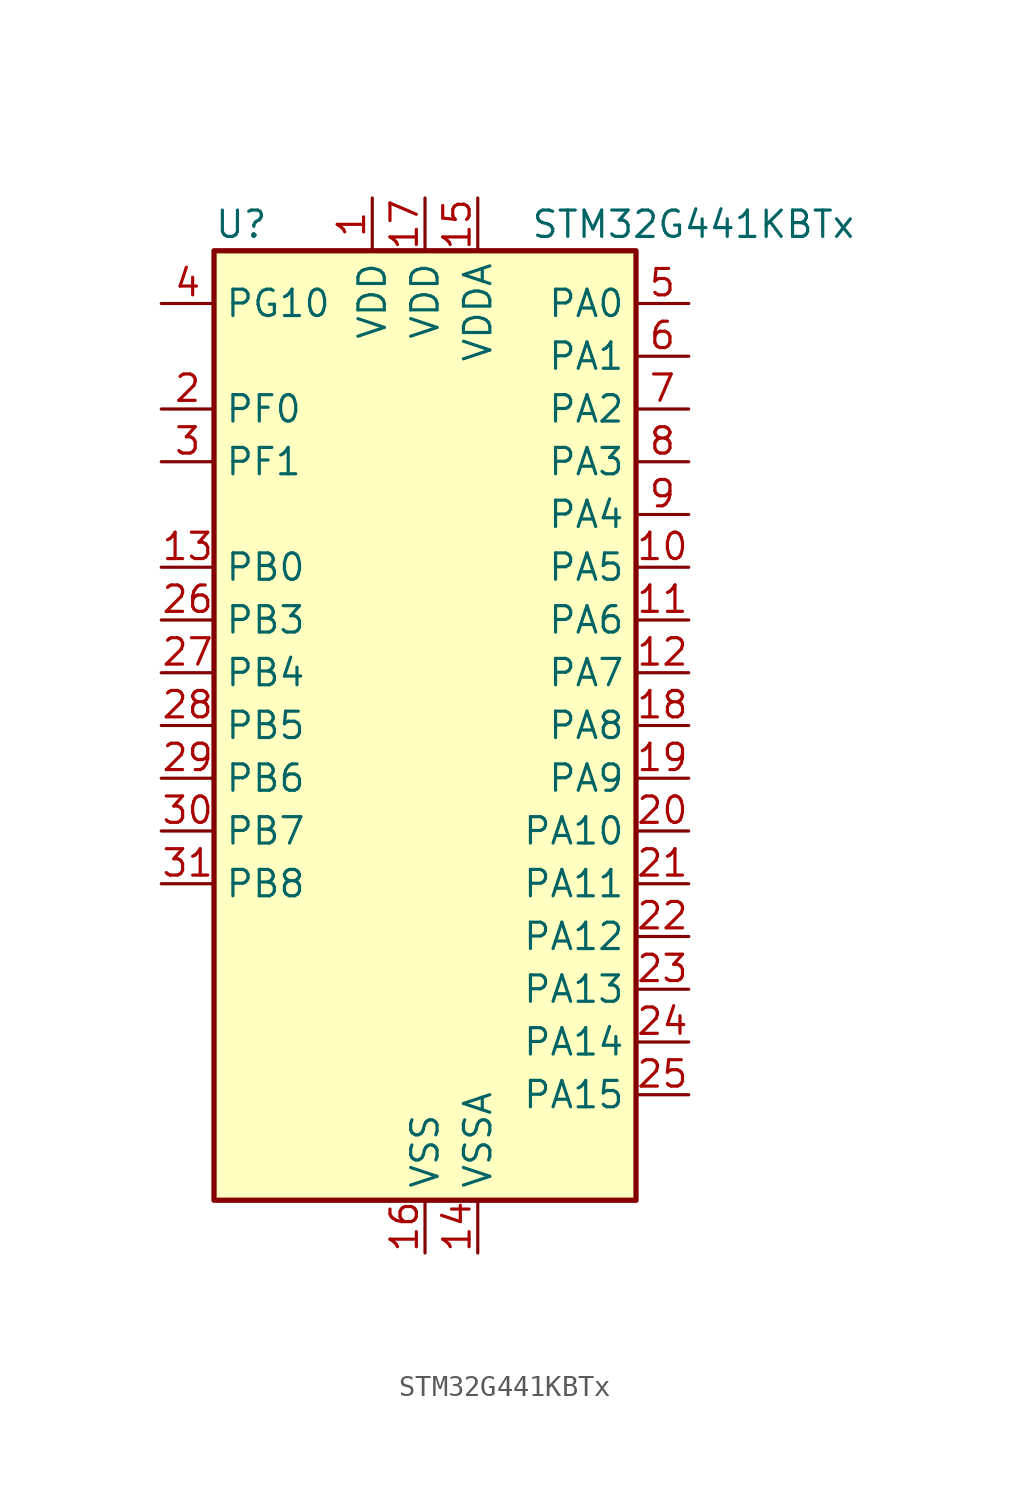
<source format=kicad_sym>
(kicad_symbol_lib
  (version 20220914)
  (generator kicad_symbol_editor)
  (symbol "STM32G441KBTx"
    (property "Reference" "U"
      (at -10.16 24.13 0)
      (effects (font (size 1.27 1.27)) (justify left)))
    (property "Value" "STM32G441KBTx"
      (at 5.08 24.13 0)
      (effects (font (size 1.27 1.27)) (justify left)))
    (property "ki_locked" ""
      (at 0 0 0)
      (effects (font (size 1.27 1.27))))
    (symbol "STM32G441KBTx_0_1"
      (rectangle (start -10.16 -22.86) (end 10.16 22.86) (stroke (width 0.254) (type default)) (fill (type background))))
    (symbol "STM32G441KBTx_1_1"
      (pin power_in line (at -2.54 25.4 270) (length 2.54) (name "VDD" (effects (font (size 1.27 1.27)))) (number "1" (effects (font (size 1.27 1.27)))))
      (pin bidirectional line (at 12.7 7.62 180) (length 2.54) (name "PA5" (effects (font (size 1.27 1.27)))) (number "10" (effects (font (size 1.27 1.27)))) (alternate "ADC2_IN13" bidirectional line) (alternate "COMP2_INM" bidirectional line) (alternate "DAC1_OUT2" bidirectional line) (alternate "OPAMP2_VINM" bidirectional line) (alternate "OPAMP2_VINM0" bidirectional line) (alternate "OPAMP2_VINM_SEC" bidirectional line) (alternate "SPI1_SCK" bidirectional line) (alternate "TIM2_CH1" bidirectional line) (alternate "TIM2_ETR" bidirectional line) (alternate "UCPD1_FRSTX1" bidirectional line) (alternate "UCPD1_FRSTX2" bidirectional line))
      (pin bidirectional line (at 12.7 5.08 180) (length 2.54) (name "PA6" (effects (font (size 1.27 1.27)))) (number "11" (effects (font (size 1.27 1.27)))) (alternate "ADC2_IN3" bidirectional line) (alternate "COMP1_OUT" bidirectional line) (alternate "LPUART1_CTS" bidirectional line) (alternate "OPAMP2_VOUT" bidirectional line) (alternate "SPI1_MISO" bidirectional line) (alternate "TIM16_CH1" bidirectional line) (alternate "TIM1_BKIN" bidirectional line) (alternate "TIM3_CH1" bidirectional line) (alternate "TIM8_BKIN" bidirectional line))
      (pin bidirectional line (at 12.7 2.54 180) (length 2.54) (name "PA7" (effects (font (size 1.27 1.27)))) (number "12" (effects (font (size 1.27 1.27)))) (alternate "ADC2_IN4" bidirectional line) (alternate "COMP2_INP" bidirectional line) (alternate "COMP2_OUT" bidirectional line) (alternate "OPAMP1_VINP" bidirectional line) (alternate "OPAMP1_VINP_SEC" bidirectional line) (alternate "OPAMP2_VINP" bidirectional line) (alternate "OPAMP2_VINP_SEC" bidirectional line) (alternate "SPI1_MOSI" bidirectional line) (alternate "TIM17_CH1" bidirectional line) (alternate "TIM1_CH1N" bidirectional line) (alternate "TIM3_CH2" bidirectional line) (alternate "TIM8_CH1N" bidirectional line) (alternate "UCPD1_FRSTX1" bidirectional line) (alternate "UCPD1_FRSTX2" bidirectional line))
      (pin bidirectional line (at -12.7 7.62 0) (length 2.54) (name "PB0" (effects (font (size 1.27 1.27)))) (number "13" (effects (font (size 1.27 1.27)))) (alternate "ADC1_IN15" bidirectional line) (alternate "COMP4_INP" bidirectional line) (alternate "OPAMP2_VINP" bidirectional line) (alternate "OPAMP2_VINP_SEC" bidirectional line) (alternate "OPAMP3_VINP" bidirectional line) (alternate "OPAMP3_VINP_SEC" bidirectional line) (alternate "TIM1_CH2N" bidirectional line) (alternate "TIM3_CH3" bidirectional line) (alternate "TIM8_CH2N" bidirectional line) (alternate "UCPD1_FRSTX1" bidirectional line) (alternate "UCPD1_FRSTX2" bidirectional line))
      (pin power_in line (at 2.54 -25.4 90) (length 2.54) (name "VSSA" (effects (font (size 1.27 1.27)))) (number "14" (effects (font (size 1.27 1.27)))))
      (pin power_in line (at 2.54 25.4 270) (length 2.54) (name "VDDA" (effects (font (size 1.27 1.27)))) (number "15" (effects (font (size 1.27 1.27)))))
      (pin power_in line (at 0 -25.4 90) (length 2.54) (name "VSS" (effects (font (size 1.27 1.27)))) (number "16" (effects (font (size 1.27 1.27)))))
      (pin power_in line (at 0 25.4 270) (length 2.54) (name "VDD" (effects (font (size 1.27 1.27)))) (number "17" (effects (font (size 1.27 1.27)))))
      (pin bidirectional line (at 12.7 0 180) (length 2.54) (name "PA8" (effects (font (size 1.27 1.27)))) (number "18" (effects (font (size 1.27 1.27)))) (alternate "I2C2_SDA" bidirectional line) (alternate "I2C3_SCL" bidirectional line) (alternate "I2S2_MCK" bidirectional line) (alternate "RCC_MCO" bidirectional line) (alternate "SAI1_CK2" bidirectional line) (alternate "SAI1_SCK_A" bidirectional line) (alternate "TIM1_CH1" bidirectional line) (alternate "TIM4_ETR" bidirectional line) (alternate "USART1_CK" bidirectional line))
      (pin bidirectional line (at 12.7 -2.54 180) (length 2.54) (name "PA9" (effects (font (size 1.27 1.27)))) (number "19" (effects (font (size 1.27 1.27)))) (alternate "DAC1_EXTI9" bidirectional line) (alternate "DAC3_EXTI9" bidirectional line) (alternate "I2C2_SCL" bidirectional line) (alternate "I2C3_SMBA" bidirectional line) (alternate "I2S3_MCK" bidirectional line) (alternate "SAI1_FS_A" bidirectional line) (alternate "TIM15_BKIN" bidirectional line) (alternate "TIM1_CH2" bidirectional line) (alternate "TIM2_CH3" bidirectional line) (alternate "UCPD1_DBCC1" bidirectional line) (alternate "USART1_TX" bidirectional line))
      (pin bidirectional line (at -12.7 15.24 0) (length 2.54) (name "PF0" (effects (font (size 1.27 1.27)))) (number "2" (effects (font (size 1.27 1.27)))) (alternate "ADC1_IN10" bidirectional line) (alternate "I2C2_SDA" bidirectional line) (alternate "I2S2_WS" bidirectional line) (alternate "RCC_OSC_IN" bidirectional line) (alternate "SPI2_NSS" bidirectional line) (alternate "TIM1_CH3N" bidirectional line))
      (pin bidirectional line (at 12.7 -5.08 180) (length 2.54) (name "PA10" (effects (font (size 1.27 1.27)))) (number "20" (effects (font (size 1.27 1.27)))) (alternate "CRS_SYNC" bidirectional line) (alternate "DAC1_EXTI10" bidirectional line) (alternate "DAC3_EXTI10" bidirectional line) (alternate "I2C2_SMBA" bidirectional line) (alternate "SAI1_D1" bidirectional line) (alternate "SAI1_SD_A" bidirectional line) (alternate "SPI2_MISO" bidirectional line) (alternate "TIM17_BKIN" bidirectional line) (alternate "TIM1_CH3" bidirectional line) (alternate "TIM2_CH4" bidirectional line) (alternate "TIM8_BKIN" bidirectional line) (alternate "UCPD1_DBCC2" bidirectional line) (alternate "USART1_RX" bidirectional line))
      (pin bidirectional line (at 12.7 -7.62 180) (length 2.54) (name "PA11" (effects (font (size 1.27 1.27)))) (number "21" (effects (font (size 1.27 1.27)))) (alternate "ADC1_EXTI11" bidirectional line) (alternate "ADC2_EXTI11" bidirectional line) (alternate "COMP1_OUT" bidirectional line) (alternate "FDCAN1_RX" bidirectional line) (alternate "I2S2_SD" bidirectional line) (alternate "SPI2_MOSI" bidirectional line) (alternate "TIM1_BKIN2" bidirectional line) (alternate "TIM1_CH1N" bidirectional line) (alternate "TIM1_CH4" bidirectional line) (alternate "TIM4_CH1" bidirectional line) (alternate "USART1_CTS" bidirectional line) (alternate "USART1_NSS" bidirectional line) (alternate "USB_DM" bidirectional line))
      (pin bidirectional line (at 12.7 -10.16 180) (length 2.54) (name "PA12" (effects (font (size 1.27 1.27)))) (number "22" (effects (font (size 1.27 1.27)))) (alternate "COMP2_OUT" bidirectional line) (alternate "FDCAN1_TX" bidirectional line) (alternate "I2S_CKIN" bidirectional line) (alternate "TIM16_CH1" bidirectional line) (alternate "TIM1_CH2N" bidirectional line) (alternate "TIM1_ETR" bidirectional line) (alternate "TIM4_CH2" bidirectional line) (alternate "USART1_DE" bidirectional line) (alternate "USART1_RTS" bidirectional line) (alternate "USB_DP" bidirectional line))
      (pin bidirectional line (at 12.7 -12.7 180) (length 2.54) (name "PA13" (effects (font (size 1.27 1.27)))) (number "23" (effects (font (size 1.27 1.27)))) (alternate "I2C1_SCL" bidirectional line) (alternate "IR_OUT" bidirectional line) (alternate "SAI1_SD_B" bidirectional line) (alternate "SYS_JTMS-SWDIO" bidirectional line) (alternate "TIM16_CH1N" bidirectional line) (alternate "TIM4_CH3" bidirectional line))
      (pin bidirectional line (at 12.7 -15.24 180) (length 2.54) (name "PA14" (effects (font (size 1.27 1.27)))) (number "24" (effects (font (size 1.27 1.27)))) (alternate "I2C1_SDA" bidirectional line) (alternate "LPTIM1_OUT" bidirectional line) (alternate "SAI1_FS_B" bidirectional line) (alternate "SYS_JTCK-SWCLK" bidirectional line) (alternate "TIM1_BKIN" bidirectional line) (alternate "TIM8_CH2" bidirectional line) (alternate "USART2_TX" bidirectional line))
      (pin bidirectional line (at 12.7 -17.78 180) (length 2.54) (name "PA15" (effects (font (size 1.27 1.27)))) (number "25" (effects (font (size 1.27 1.27)))) (alternate "ADC1_EXTI15" bidirectional line) (alternate "ADC2_EXTI15" bidirectional line) (alternate "I2C1_SCL" bidirectional line) (alternate "I2S3_WS" bidirectional line) (alternate "SPI1_NSS" bidirectional line) (alternate "SPI3_NSS" bidirectional line) (alternate "SYS_JTDI" bidirectional line) (alternate "TIM1_BKIN" bidirectional line) (alternate "TIM2_CH1" bidirectional line) (alternate "TIM2_ETR" bidirectional line) (alternate "TIM8_CH1" bidirectional line) (alternate "USART2_RX" bidirectional line))
      (pin bidirectional line (at -12.7 5.08 0) (length 2.54) (name "PB3" (effects (font (size 1.27 1.27)))) (number "26" (effects (font (size 1.27 1.27)))) (alternate "CRS_SYNC" bidirectional line) (alternate "I2S3_CK" bidirectional line) (alternate "SAI1_SCK_B" bidirectional line) (alternate "SPI1_SCK" bidirectional line) (alternate "SPI3_SCK" bidirectional line) (alternate "SYS_JTDO-SWO" bidirectional line) (alternate "TIM2_CH2" bidirectional line) (alternate "TIM3_ETR" bidirectional line) (alternate "TIM4_ETR" bidirectional line) (alternate "TIM8_CH1N" bidirectional line) (alternate "USART2_TX" bidirectional line))
      (pin bidirectional line (at -12.7 2.54 0) (length 2.54) (name "PB4" (effects (font (size 1.27 1.27)))) (number "27" (effects (font (size 1.27 1.27)))) (alternate "SAI1_MCLK_B" bidirectional line) (alternate "SPI1_MISO" bidirectional line) (alternate "SPI3_MISO" bidirectional line) (alternate "SYS_JTRST" bidirectional line) (alternate "TIM16_CH1" bidirectional line) (alternate "TIM17_BKIN" bidirectional line) (alternate "TIM3_CH1" bidirectional line) (alternate "TIM8_CH2N" bidirectional line) (alternate "UCPD1_CC2" bidirectional line) (alternate "USART2_RX" bidirectional line))
      (pin bidirectional line (at -12.7 0 0) (length 2.54) (name "PB5" (effects (font (size 1.27 1.27)))) (number "28" (effects (font (size 1.27 1.27)))) (alternate "I2C1_SMBA" bidirectional line) (alternate "I2C3_SDA" bidirectional line) (alternate "I2S3_SD" bidirectional line) (alternate "LPTIM1_IN1" bidirectional line) (alternate "SAI1_SD_B" bidirectional line) (alternate "SPI1_MOSI" bidirectional line) (alternate "SPI3_MOSI" bidirectional line) (alternate "TIM16_BKIN" bidirectional line) (alternate "TIM17_CH1" bidirectional line) (alternate "TIM3_CH2" bidirectional line) (alternate "TIM8_CH3N" bidirectional line) (alternate "USART2_CK" bidirectional line))
      (pin bidirectional line (at -12.7 -2.54 0) (length 2.54) (name "PB6" (effects (font (size 1.27 1.27)))) (number "29" (effects (font (size 1.27 1.27)))) (alternate "COMP4_OUT" bidirectional line) (alternate "LPTIM1_ETR" bidirectional line) (alternate "SAI1_FS_B" bidirectional line) (alternate "TIM16_CH1N" bidirectional line) (alternate "TIM4_CH1" bidirectional line) (alternate "TIM8_BKIN2" bidirectional line) (alternate "TIM8_CH1" bidirectional line) (alternate "TIM8_ETR" bidirectional line) (alternate "UCPD1_CC1" bidirectional line) (alternate "USART1_TX" bidirectional line))
      (pin bidirectional line (at -12.7 12.7 0) (length 2.54) (name "PF1" (effects (font (size 1.27 1.27)))) (number "3" (effects (font (size 1.27 1.27)))) (alternate "ADC2_IN10" bidirectional line) (alternate "COMP3_INM" bidirectional line) (alternate "I2S2_CK" bidirectional line) (alternate "RCC_OSC_OUT" bidirectional line) (alternate "SPI2_SCK" bidirectional line))
      (pin bidirectional line (at -12.7 -5.08 0) (length 2.54) (name "PB7" (effects (font (size 1.27 1.27)))) (number "30" (effects (font (size 1.27 1.27)))) (alternate "COMP3_OUT" bidirectional line) (alternate "I2C1_SDA" bidirectional line) (alternate "LPTIM1_IN2" bidirectional line) (alternate "SYS_PVD_IN" bidirectional line) (alternate "TIM17_CH1N" bidirectional line) (alternate "TIM3_CH4" bidirectional line) (alternate "TIM4_CH2" bidirectional line) (alternate "TIM8_BKIN" bidirectional line) (alternate "USART1_RX" bidirectional line))
      (pin bidirectional line (at -12.7 -7.62 0) (length 2.54) (name "PB8" (effects (font (size 1.27 1.27)))) (number "31" (effects (font (size 1.27 1.27)))) (alternate "COMP1_OUT" bidirectional line) (alternate "FDCAN1_RX" bidirectional line) (alternate "I2C1_SCL" bidirectional line) (alternate "SAI1_CK1" bidirectional line) (alternate "SAI1_MCLK_A" bidirectional line) (alternate "TIM16_CH1" bidirectional line) (alternate "TIM1_BKIN" bidirectional line) (alternate "TIM4_CH3" bidirectional line) (alternate "TIM8_CH2" bidirectional line))
      (pin passive line (at 0 -25.4 90) (length 2.54) hide (name "VSS" (effects (font (size 1.27 1.27)))) (number "32" (effects (font (size 1.27 1.27)))))
      (pin bidirectional line (at -12.7 20.32 0) (length 2.54) (name "PG10" (effects (font (size 1.27 1.27)))) (number "4" (effects (font (size 1.27 1.27)))) (alternate "DAC1_EXTI10" bidirectional line) (alternate "DAC3_EXTI10" bidirectional line) (alternate "RCC_MCO" bidirectional line))
      (pin bidirectional line (at 12.7 20.32 180) (length 2.54) (name "PA0" (effects (font (size 1.27 1.27)))) (number "5" (effects (font (size 1.27 1.27)))) (alternate "ADC1_IN1" bidirectional line) (alternate "ADC2_IN1" bidirectional line) (alternate "COMP1_INM" bidirectional line) (alternate "COMP1_OUT" bidirectional line) (alternate "COMP3_INP" bidirectional line) (alternate "RTC_TAMP2" bidirectional line) (alternate "SYS_WKUP1" bidirectional line) (alternate "TIM2_CH1" bidirectional line) (alternate "TIM2_ETR" bidirectional line) (alternate "TIM8_BKIN" bidirectional line) (alternate "TIM8_ETR" bidirectional line) (alternate "USART2_CTS" bidirectional line) (alternate "USART2_NSS" bidirectional line))
      (pin bidirectional line (at 12.7 17.78 180) (length 2.54) (name "PA1" (effects (font (size 1.27 1.27)))) (number "6" (effects (font (size 1.27 1.27)))) (alternate "ADC1_IN2" bidirectional line) (alternate "ADC2_IN2" bidirectional line) (alternate "COMP1_INP" bidirectional line) (alternate "OPAMP1_VINP" bidirectional line) (alternate "OPAMP1_VINP_SEC" bidirectional line) (alternate "OPAMP3_VINP" bidirectional line) (alternate "OPAMP3_VINP_SEC" bidirectional line) (alternate "RTC_REFIN" bidirectional line) (alternate "TIM15_CH1N" bidirectional line) (alternate "TIM2_CH2" bidirectional line) (alternate "USART2_DE" bidirectional line) (alternate "USART2_RTS" bidirectional line))
      (pin bidirectional line (at 12.7 15.24 180) (length 2.54) (name "PA2" (effects (font (size 1.27 1.27)))) (number "7" (effects (font (size 1.27 1.27)))) (alternate "ADC1_IN3" bidirectional line) (alternate "COMP2_INM" bidirectional line) (alternate "COMP2_OUT" bidirectional line) (alternate "LPUART1_TX" bidirectional line) (alternate "OPAMP1_VOUT" bidirectional line) (alternate "RCC_LSCO" bidirectional line) (alternate "SYS_WKUP4" bidirectional line) (alternate "TIM15_CH1" bidirectional line) (alternate "TIM2_CH3" bidirectional line) (alternate "UCPD1_FRSTX1" bidirectional line) (alternate "UCPD1_FRSTX2" bidirectional line) (alternate "USART2_TX" bidirectional line))
      (pin bidirectional line (at 12.7 12.7 180) (length 2.54) (name "PA3" (effects (font (size 1.27 1.27)))) (number "8" (effects (font (size 1.27 1.27)))) (alternate "ADC1_IN4" bidirectional line) (alternate "COMP2_INP" bidirectional line) (alternate "LPUART1_RX" bidirectional line) (alternate "OPAMP1_VINM" bidirectional line) (alternate "OPAMP1_VINM0" bidirectional line) (alternate "OPAMP1_VINM_SEC" bidirectional line) (alternate "OPAMP1_VINP" bidirectional line) (alternate "OPAMP1_VINP_SEC" bidirectional line) (alternate "SAI1_CK1" bidirectional line) (alternate "SAI1_MCLK_A" bidirectional line) (alternate "TIM15_CH2" bidirectional line) (alternate "TIM2_CH4" bidirectional line) (alternate "USART2_RX" bidirectional line))
      (pin bidirectional line (at 12.7 10.16 180) (length 2.54) (name "PA4" (effects (font (size 1.27 1.27)))) (number "9" (effects (font (size 1.27 1.27)))) (alternate "ADC2_IN17" bidirectional line) (alternate "COMP1_INM" bidirectional line) (alternate "DAC1_OUT1" bidirectional line) (alternate "I2S3_WS" bidirectional line) (alternate "SAI1_FS_B" bidirectional line) (alternate "SPI1_NSS" bidirectional line) (alternate "SPI3_NSS" bidirectional line) (alternate "TIM3_CH2" bidirectional line) (alternate "USART2_CK" bidirectional line)))))
</source>
